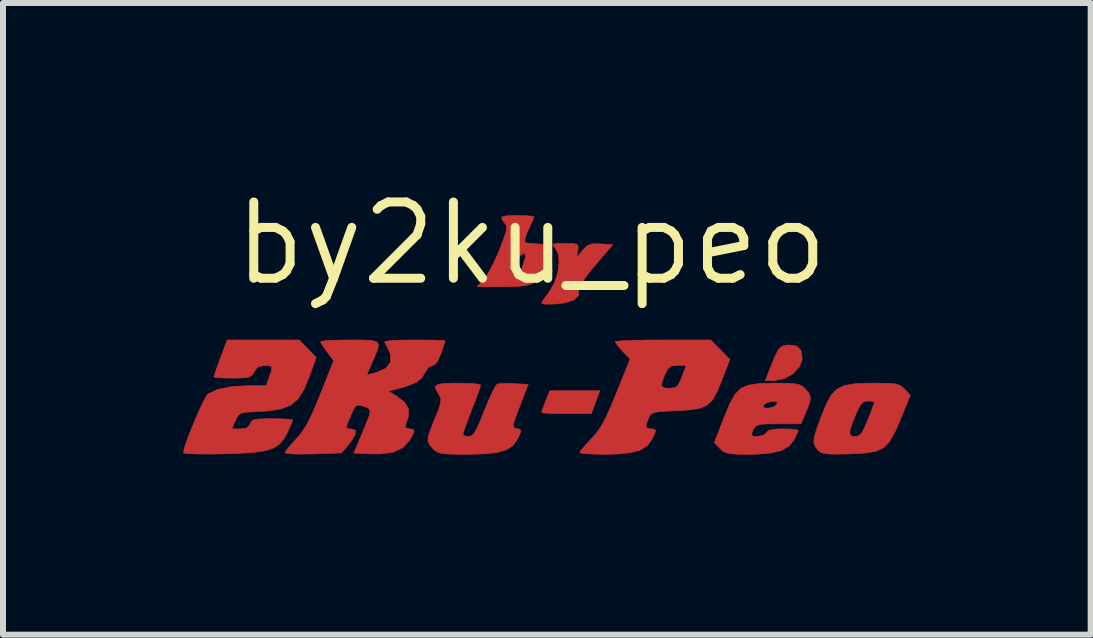
<source format=kicad_pcb>
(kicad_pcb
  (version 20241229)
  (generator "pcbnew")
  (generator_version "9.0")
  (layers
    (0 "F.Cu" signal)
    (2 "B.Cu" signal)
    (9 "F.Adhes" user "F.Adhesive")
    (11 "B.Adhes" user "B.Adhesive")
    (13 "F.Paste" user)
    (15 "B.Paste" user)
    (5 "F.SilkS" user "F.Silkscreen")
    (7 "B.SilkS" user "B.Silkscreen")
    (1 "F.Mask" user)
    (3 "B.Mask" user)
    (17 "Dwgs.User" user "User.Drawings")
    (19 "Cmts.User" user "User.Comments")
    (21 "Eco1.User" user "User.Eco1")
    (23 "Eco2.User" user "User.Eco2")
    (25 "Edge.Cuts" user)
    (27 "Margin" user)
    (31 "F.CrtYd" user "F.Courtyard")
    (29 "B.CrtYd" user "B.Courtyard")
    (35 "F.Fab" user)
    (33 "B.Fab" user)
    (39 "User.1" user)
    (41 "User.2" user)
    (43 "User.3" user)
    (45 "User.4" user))
  (footprint "by2ku_peo"
    (layer "F.Cu")
    (at 5.805 1.006)
    (property "Reference" "by2ku_peo" (at 0 0 0) (layer "F.SilkS") (effects (font (size 1.27 1.27) (thickness 0.15))))
    (attr through_hole)
    (fp_poly (pts (xy 0.998 2.836) (xy 0.584 2.836) (xy 0.408 2.834) (xy 0.269 2.829) (xy 0.186 2.822) (xy 0.169 2.816) (xy 0.184 2.768) (xy 0.22 2.67) (xy 0.237 2.626) (xy 0.306 2.455) (xy 1.139 2.455) (xy 0.998 2.836)) (stroke (width 0.01) (type solid)) (fill yes) (layer "F.Cu"))
    (fp_poly (pts (xy 4.412 1.708) (xy 4.477 1.766) (xy 4.495 1.799) (xy 4.513 1.929) (xy 4.462 2.058) (xy 4.357 2.171) (xy 4.214 2.252) (xy 4.046 2.286) (xy 4.033 2.286) (xy 3.896 2.286) (xy 3.982 2.068) (xy 4.053 1.894) (xy 4.107 1.784) (xy 4.156 1.724) (xy 4.215 1.699) (xy 4.294 1.693) (xy 4.299 1.693) (xy 4.412 1.708)) (stroke (width 0.01) (type solid)) (fill yes) (layer "F.Cu"))
    (fp_poly (pts (xy 0.692 0.002) (xy 0.759 0.015) (xy 0.78 0.049) (xy 0.774 0.114) (xy 0.773 0.116) (xy 0.754 0.233) (xy 0.854 0.114) (xy 0.927 0.04) (xy 1.006 0.008) (xy 1.126 0.006) (xy 1.154 0.008) (xy 1.354 0.021) (xy 1.058 0.367) (xy 0.936 0.517) (xy 0.844 0.644) (xy 0.791 0.735) (xy 0.784 0.77) (xy 0.784 0.866) (xy 0.707 0.941) (xy 0.559 0.99) (xy 0.429 1.007) (xy 0.294 1.013) (xy 0.2 1.009) (xy 0.169 0.997) (xy 0.193 0.95) (xy 0.255 0.862) (xy 0.293 0.812) (xy 0.382 0.661) (xy 0.439 0.486) (xy 0.46 0.311) (xy 0.443 0.163) (xy 0.401 0.083) (xy 0.362 0.036) (xy 0.366 0.011) (xy 0.427 0.002) (xy 0.558 0) (xy 0.559 0) (xy 0.692 0.002)) (stroke (width 0.01) (type solid)) (fill yes) (layer "F.Cu"))
    (fp_poly (pts (xy -0.093 -0.462) (xy 0.006 -0.454) (xy 0.042 -0.442) (xy 0.025 -0.392) (xy -0.016 -0.305) (xy -0.07 -0.186) (xy -0.103 -0.095) (xy -0.114 -0.034) (xy -0.083 -0.007) (xy 0.009 -0.000088) (xy 0.034 0) (xy 0.182 0.016) (xy 0.259 0.072) (xy 0.271 0.174) (xy 0.23 0.319) (xy 0.162 0.486) (xy 0.097 0.598) (xy 0.017 0.667) (xy -0.097 0.704) (xy -0.262 0.718) (xy -0.455 0.72) (xy -0.905 0.72) (xy -0.795 0.603) (xy -0.73 0.512) (xy -0.72 0.493) (xy -0.309 0.493) (xy -0.278 0.507) (xy -0.255 0.508) (xy -0.184 0.47) (xy -0.153 0.406) (xy -0.122 0.297) (xy -0.101 0.237) (xy -0.105 0.179) (xy -0.137 0.169) (xy -0.189 0.205) (xy -0.246 0.296) (xy -0.265 0.339) (xy -0.304 0.444) (xy -0.309 0.493) (xy -0.72 0.493) (xy -0.65 0.366) (xy -0.568 0.191) (xy -0.533 0.109) (xy -0.464 -0.069) (xy -0.424 -0.187) (xy -0.412 -0.261) (xy -0.423 -0.31) (xy -0.445 -0.339) (xy -0.493 -0.402) (xy -0.492 -0.44) (xy -0.43 -0.459) (xy -0.298 -0.465) (xy -0.233 -0.466) (xy -0.093 -0.462)) (stroke (width 0.01) (type solid)) (fill yes) (layer "F.Cu"))
    (fp_poly (pts (xy 5.937 2.331) (xy 6.056 2.34) (xy 6.133 2.362) (xy 6.189 2.4) (xy 6.219 2.429) (xy 6.313 2.53) (xy 6.152 2.923) (xy 6.056 3.145) (xy 5.968 3.3) (xy 5.871 3.401) (xy 5.746 3.461) (xy 5.576 3.491) (xy 5.342 3.505) (xy 5.298 3.507) (xy 5.093 3.511) (xy 4.956 3.509) (xy 4.867 3.497) (xy 4.811 3.474) (xy 4.772 3.44) (xy 4.727 3.38) (xy 4.706 3.315) (xy 4.713 3.228) (xy 4.726 3.183) (xy 5.306 3.183) (xy 5.341 3.212) (xy 5.388 3.217) (xy 5.449 3.207) (xy 5.499 3.163) (xy 5.551 3.07) (xy 5.605 2.942) (xy 5.659 2.802) (xy 5.699 2.697) (xy 5.715 2.646) (xy 5.715 2.645) (xy 5.679 2.63) (xy 5.608 2.625) (xy 5.534 2.64) (xy 5.477 2.699) (xy 5.417 2.819) (xy 5.343 2.999) (xy 5.307 3.116) (xy 5.306 3.183) (xy 4.726 3.183) (xy 4.749 3.102) (xy 4.816 2.918) (xy 4.831 2.879) (xy 4.914 2.676) (xy 4.994 2.53) (xy 5.086 2.431) (xy 5.207 2.371) (xy 5.372 2.34) (xy 5.596 2.329) (xy 5.755 2.328) (xy 5.937 2.331)) (stroke (width 0.01) (type solid)) (fill yes) (layer "F.Cu"))
    (fp_poly (pts (xy 4.259 2.33) (xy 4.386 2.338) (xy 4.468 2.356) (xy 4.524 2.388) (xy 4.565 2.426) (xy 4.626 2.5) (xy 4.65 2.567) (xy 4.636 2.653) (xy 4.585 2.784) (xy 4.574 2.812) (xy 4.49 3.006) (xy 4.115 3.006) (xy 3.935 3.007) (xy 3.821 3.014) (xy 3.754 3.032) (xy 3.716 3.064) (xy 3.691 3.111) (xy 3.664 3.187) (xy 3.692 3.214) (xy 3.764 3.217) (xy 3.863 3.197) (xy 3.91 3.154) (xy 3.952 3.115) (xy 4.05 3.095) (xy 4.19 3.09) (xy 4.324 3.094) (xy 4.417 3.103) (xy 4.445 3.114) (xy 4.427 3.163) (xy 4.384 3.254) (xy 4.379 3.265) (xy 4.298 3.372) (xy 4.176 3.446) (xy 4 3.491) (xy 3.76 3.512) (xy 3.628 3.514) (xy 3.439 3.512) (xy 3.314 3.503) (xy 3.233 3.484) (xy 3.177 3.451) (xy 3.14 3.416) (xy 3.048 3.318) (xy 3.211 2.897) (xy 3.291 2.702) (xy 3.862 2.702) (xy 3.875 2.741) (xy 3.957 2.745) (xy 3.961 2.744) (xy 4.053 2.716) (xy 4.097 2.674) (xy 4.084 2.635) (xy 4.001 2.632) (xy 3.998 2.632) (xy 3.906 2.66) (xy 3.862 2.702) (xy 3.291 2.702) (xy 3.302 2.676) (xy 3.387 2.521) (xy 3.483 2.42) (xy 3.609 2.363) (xy 3.782 2.336) (xy 4.019 2.329) (xy 4.067 2.328) (xy 4.259 2.33)) (stroke (width 0.01) (type solid)) (fill yes) (layer "F.Cu"))
    (fp_poly (pts (xy -1.06 2.332) (xy -0.93 2.34) (xy -0.856 2.353) (xy -0.847 2.36) (xy -0.861 2.411) (xy -0.9 2.522) (xy -0.957 2.673) (xy -0.995 2.77) (xy -1.059 2.936) (xy -1.109 3.073) (xy -1.138 3.161) (xy -1.143 3.182) (xy -1.107 3.21) (xy -1.048 3.217) (xy -1.001 3.207) (xy -0.957 3.167) (xy -0.909 3.084) (xy -0.848 2.945) (xy -0.786 2.79) (xy -0.713 2.614) (xy -0.647 2.469) (xy -0.595 2.373) (xy -0.569 2.343) (xy -0.502 2.334) (xy -0.381 2.333) (xy -0.287 2.337) (xy -0.054 2.349) (xy -0.193 2.709) (xy -0.258 2.879) (xy -0.293 2.986) (xy -0.302 3.045) (xy -0.286 3.072) (xy -0.251 3.083) (xy -0.191 3.097) (xy -0.175 3.129) (xy -0.203 3.2) (xy -0.236 3.265) (xy -0.305 3.363) (xy -0.406 3.433) (xy -0.551 3.479) (xy -0.752 3.505) (xy -1.022 3.514) (xy -1.071 3.514) (xy -1.281 3.512) (xy -1.424 3.507) (xy -1.518 3.494) (xy -1.579 3.471) (xy -1.626 3.434) (xy -1.644 3.416) (xy -1.697 3.355) (xy -1.724 3.301) (xy -1.723 3.233) (xy -1.693 3.133) (xy -1.633 2.979) (xy -1.608 2.92) (xy -1.545 2.762) (xy -1.514 2.66) (xy -1.509 2.593) (xy -1.53 2.538) (xy -1.545 2.514) (xy -1.592 2.431) (xy -1.598 2.378) (xy -1.551 2.347) (xy -1.442 2.332) (xy -1.261 2.328) (xy -1.228 2.328) (xy -1.06 2.332)) (stroke (width 0.01) (type solid)) (fill yes) (layer "F.Cu"))
    (fp_poly (pts (xy 3.147 1.771) (xy 3.305 1.933) (xy 3.172 2.281) (xy 3.091 2.477) (xy 3.013 2.612) (xy 2.92 2.699) (xy 2.793 2.75) (xy 2.615 2.775) (xy 2.411 2.787) (xy 2.22 2.796) (xy 2.097 2.807) (xy 2.023 2.826) (xy 1.981 2.857) (xy 1.954 2.903) (xy 1.952 2.907) (xy 1.911 3.018) (xy 1.921 3.074) (xy 1.985 3.09) (xy 1.99 3.09) (xy 2.052 3.096) (xy 2.069 3.127) (xy 2.04 3.202) (xy 2.008 3.265) (xy 1.931 3.369) (xy 1.818 3.441) (xy 1.654 3.487) (xy 1.429 3.509) (xy 1.229 3.514) (xy 1.051 3.511) (xy 0.91 3.503) (xy 0.823 3.492) (xy 0.804 3.483) (xy 0.832 3.44) (xy 0.904 3.356) (xy 0.995 3.26) (xy 1.082 3.162) (xy 1.159 3.051) (xy 1.236 2.91) (xy 1.322 2.721) (xy 1.415 2.496) (xy 1.462 2.38) (xy 2.169 2.38) (xy 2.211 2.408) (xy 2.298 2.413) (xy 2.386 2.405) (xy 2.441 2.366) (xy 2.487 2.275) (xy 2.508 2.223) (xy 2.578 2.032) (xy 2.433 2.032) (xy 2.332 2.043) (xy 2.271 2.091) (xy 2.223 2.185) (xy 2.175 2.312) (xy 2.169 2.38) (xy 1.462 2.38) (xy 1.644 1.926) (xy 1.521 1.797) (xy 1.444 1.711) (xy 1.401 1.649) (xy 1.397 1.638) (xy 1.437 1.629) (xy 1.549 1.621) (xy 1.719 1.615) (xy 1.935 1.61) (xy 2.183 1.609) (xy 2.193 1.609) (xy 2.988 1.609) (xy 3.147 1.771)) (stroke (width 0.01) (type solid)) (fill yes) (layer "F.Cu"))
    (fp_poly (pts (xy -3.586 1.901) (xy -3.702 2.22) (xy -3.79 2.433) (xy -3.885 2.586) (xy -4.003 2.69) (xy -4.16 2.754) (xy -4.372 2.79) (xy -4.608 2.805) (xy -4.755 2.813) (xy -4.841 2.83) (xy -4.89 2.868) (xy -4.926 2.936) (xy -4.934 2.953) (xy -4.991 3.09) (xy -4.85 3.09) (xy -4.742 3.075) (xy -4.692 3.021) (xy -4.687 3.006) (xy -4.667 2.963) (xy -4.624 2.938) (xy -4.539 2.925) (xy -4.394 2.921) (xy -4.322 2.921) (xy -4.164 2.923) (xy -4.044 2.93) (xy -3.983 2.939) (xy -3.979 2.943) (xy -3.996 2.99) (xy -4.038 3.088) (xy -4.067 3.151) (xy -4.129 3.263) (xy -4.202 3.348) (xy -4.299 3.41) (xy -4.432 3.453) (xy -4.615 3.48) (xy -4.859 3.497) (xy -5.133 3.506) (xy -5.366 3.51) (xy -5.562 3.508) (xy -5.707 3.502) (xy -5.787 3.492) (xy -5.8 3.485) (xy -5.783 3.41) (xy -5.74 3.282) (xy -5.678 3.12) (xy -5.606 2.944) (xy -5.532 2.775) (xy -5.465 2.633) (xy -5.413 2.537) (xy -5.391 2.508) (xy -5.227 2.432) (xy -4.991 2.385) (xy -4.718 2.371) (xy -4.42 2.371) (xy -4.369 2.23) (xy -4.33 2.113) (xy -4.329 2.054) (xy -4.374 2.034) (xy -4.446 2.032) (xy -4.556 2.055) (xy -4.621 2.136) (xy -4.622 2.138) (xy -4.653 2.193) (xy -4.699 2.224) (xy -4.779 2.239) (xy -4.916 2.243) (xy -4.981 2.244) (xy -5.131 2.241) (xy -5.241 2.235) (xy -5.291 2.226) (xy -5.292 2.225) (xy -5.278 2.179) (xy -5.242 2.075) (xy -5.191 1.933) (xy -5.181 1.907) (xy -5.07 1.609) (xy -3.869 1.609) (xy -3.586 1.901)) (stroke (width 0.01) (type solid)) (fill yes) (layer "F.Cu"))
    (fp_poly (pts (xy -1.754 1.61) (xy -1.592 1.613) (xy -1.482 1.617) (xy -1.439 1.622) (xy -1.439 1.622) (xy -1.452 1.667) (xy -1.484 1.765) (xy -1.507 1.834) (xy -1.567 1.97) (xy -1.629 2.029) (xy -1.65 2.032) (xy -1.72 2.069) (xy -1.776 2.154) (xy -1.829 2.243) (xy -1.915 2.311) (xy -2.053 2.369) (xy -2.203 2.414) (xy -2.382 2.462) (xy -2.26 2.536) (xy -2.117 2.643) (xy -2.049 2.752) (xy -2.05 2.883) (xy -2.095 3.016) (xy -2.101 3.074) (xy -2.039 3.09) (xy -2.037 3.09) (xy -1.971 3.097) (xy -1.954 3.129) (xy -1.985 3.202) (xy -2.035 3.286) (xy -2.145 3.405) (xy -2.303 3.478) (xy -2.521 3.508) (xy -2.696 3.506) (xy -2.959 3.493) (xy -2.834 3.196) (xy -2.755 3.008) (xy -2.707 2.883) (xy -2.689 2.806) (xy -2.699 2.763) (xy -2.737 2.736) (xy -2.795 2.715) (xy -2.874 2.692) (xy -2.924 2.705) (xy -2.966 2.768) (xy -3.008 2.862) (xy -3.062 2.99) (xy -3.083 3.058) (xy -3.072 3.085) (xy -3.027 3.09) (xy -3.006 3.09) (xy -2.935 3.113) (xy -2.934 3.182) (xy -3.004 3.296) (xy -3.043 3.345) (xy -3.164 3.491) (xy -3.635 3.507) (xy -3.823 3.51) (xy -3.976 3.508) (xy -4.076 3.499) (xy -4.106 3.488) (xy -4.079 3.441) (xy -4.008 3.355) (xy -3.922 3.261) (xy -3.834 3.159) (xy -3.755 3.04) (xy -3.675 2.885) (xy -3.584 2.678) (xy -3.516 2.51) (xy -3.295 1.952) (xy -3.404 1.808) (xy -3.472 1.713) (xy -3.51 1.648) (xy -3.514 1.636) (xy -3.474 1.625) (xy -3.367 1.617) (xy -3.208 1.611) (xy -3.027 1.609) (xy -2.805 1.609) (xy -2.658 1.617) (xy -2.575 1.642) (xy -2.548 1.692) (xy -2.566 1.776) (xy -2.619 1.903) (xy -2.643 1.958) (xy -2.746 2.191) (xy -2.576 2.148) (xy -2.425 2.081) (xy -2.348 1.98) (xy -2.348 1.851) (xy -2.373 1.789) (xy -2.419 1.696) (xy -2.447 1.64) (xy -2.413 1.628) (xy -2.311 1.618) (xy -2.155 1.611) (xy -1.962 1.609) (xy -1.951 1.609) (xy -1.754 1.61)) (stroke (width 0.01) (type solid)) (fill yes) (layer "F.Cu"))
    (fp_poly (pts (xy 0.998 2.836) (xy 0.584 2.836) (xy 0.408 2.834) (xy 0.269 2.829) (xy 0.186 2.822) (xy 0.169 2.816) (xy 0.184 2.768) (xy 0.22 2.67) (xy 0.237 2.626) (xy 0.306 2.455) (xy 1.139 2.455) (xy 0.998 2.836)) (stroke (width 0.01) (type solid)) (fill yes) (layer "F.Mask"))
    (fp_poly (pts (xy 4.412 1.708) (xy 4.477 1.766) (xy 4.495 1.799) (xy 4.513 1.929) (xy 4.462 2.058) (xy 4.357 2.171) (xy 4.214 2.252) (xy 4.046 2.286) (xy 4.033 2.286) (xy 3.896 2.286) (xy 3.982 2.068) (xy 4.053 1.894) (xy 4.107 1.784) (xy 4.156 1.724) (xy 4.215 1.699) (xy 4.294 1.693) (xy 4.299 1.693) (xy 4.412 1.708)) (stroke (width 0.01) (type solid)) (fill yes) (layer "F.Mask"))
    (fp_poly (pts (xy 0.692 0.002) (xy 0.759 0.015) (xy 0.78 0.049) (xy 0.774 0.114) (xy 0.773 0.116) (xy 0.754 0.233) (xy 0.854 0.114) (xy 0.927 0.04) (xy 1.006 0.008) (xy 1.126 0.006) (xy 1.154 0.008) (xy 1.354 0.021) (xy 1.058 0.367) (xy 0.936 0.517) (xy 0.844 0.644) (xy 0.791 0.735) (xy 0.784 0.77) (xy 0.784 0.866) (xy 0.707 0.941) (xy 0.559 0.99) (xy 0.429 1.007) (xy 0.294 1.013) (xy 0.2 1.009) (xy 0.169 0.997) (xy 0.193 0.95) (xy 0.255 0.862) (xy 0.293 0.812) (xy 0.382 0.661) (xy 0.439 0.486) (xy 0.46 0.311) (xy 0.443 0.163) (xy 0.401 0.083) (xy 0.362 0.036) (xy 0.366 0.011) (xy 0.427 0.002) (xy 0.558 0) (xy 0.559 0) (xy 0.692 0.002)) (stroke (width 0.01) (type solid)) (fill yes) (layer "F.Mask"))
    (fp_poly (pts (xy -0.093 -0.462) (xy 0.006 -0.454) (xy 0.042 -0.442) (xy 0.025 -0.392) (xy -0.016 -0.305) (xy -0.07 -0.186) (xy -0.103 -0.095) (xy -0.114 -0.034) (xy -0.083 -0.007) (xy 0.009 -0.000088) (xy 0.034 0) (xy 0.182 0.016) (xy 0.259 0.072) (xy 0.271 0.174) (xy 0.23 0.319) (xy 0.162 0.486) (xy 0.097 0.598) (xy 0.017 0.667) (xy -0.097 0.704) (xy -0.262 0.718) (xy -0.455 0.72) (xy -0.905 0.72) (xy -0.795 0.603) (xy -0.73 0.512) (xy -0.72 0.493) (xy -0.309 0.493) (xy -0.278 0.507) (xy -0.255 0.508) (xy -0.184 0.47) (xy -0.153 0.406) (xy -0.122 0.297) (xy -0.101 0.237) (xy -0.105 0.179) (xy -0.137 0.169) (xy -0.189 0.205) (xy -0.246 0.296) (xy -0.265 0.339) (xy -0.304 0.444) (xy -0.309 0.493) (xy -0.72 0.493) (xy -0.65 0.366) (xy -0.568 0.191) (xy -0.533 0.109) (xy -0.464 -0.069) (xy -0.424 -0.187) (xy -0.412 -0.261) (xy -0.423 -0.31) (xy -0.445 -0.339) (xy -0.493 -0.402) (xy -0.492 -0.44) (xy -0.43 -0.459) (xy -0.298 -0.465) (xy -0.233 -0.466) (xy -0.093 -0.462)) (stroke (width 0.01) (type solid)) (fill yes) (layer "F.Mask"))
    (fp_poly (pts (xy 5.937 2.331) (xy 6.056 2.34) (xy 6.133 2.362) (xy 6.189 2.4) (xy 6.219 2.429) (xy 6.313 2.53) (xy 6.152 2.923) (xy 6.056 3.145) (xy 5.968 3.3) (xy 5.871 3.401) (xy 5.746 3.461) (xy 5.576 3.491) (xy 5.342 3.505) (xy 5.298 3.507) (xy 5.093 3.511) (xy 4.956 3.509) (xy 4.867 3.497) (xy 4.811 3.474) (xy 4.772 3.44) (xy 4.727 3.38) (xy 4.706 3.315) (xy 4.713 3.228) (xy 4.726 3.183) (xy 5.306 3.183) (xy 5.341 3.212) (xy 5.388 3.217) (xy 5.449 3.207) (xy 5.499 3.163) (xy 5.551 3.07) (xy 5.605 2.942) (xy 5.659 2.802) (xy 5.699 2.697) (xy 5.715 2.646) (xy 5.715 2.645) (xy 5.679 2.63) (xy 5.608 2.625) (xy 5.534 2.64) (xy 5.477 2.699) (xy 5.417 2.819) (xy 5.343 2.999) (xy 5.307 3.116) (xy 5.306 3.183) (xy 4.726 3.183) (xy 4.749 3.102) (xy 4.816 2.918) (xy 4.831 2.879) (xy 4.914 2.676) (xy 4.994 2.53) (xy 5.086 2.431) (xy 5.207 2.371) (xy 5.372 2.34) (xy 5.596 2.329) (xy 5.755 2.328) (xy 5.937 2.331)) (stroke (width 0.01) (type solid)) (fill yes) (layer "F.Mask"))
    (fp_poly (pts (xy 4.259 2.33) (xy 4.386 2.338) (xy 4.468 2.356) (xy 4.524 2.388) (xy 4.565 2.426) (xy 4.626 2.5) (xy 4.65 2.567) (xy 4.636 2.653) (xy 4.585 2.784) (xy 4.574 2.812) (xy 4.49 3.006) (xy 4.115 3.006) (xy 3.935 3.007) (xy 3.821 3.014) (xy 3.754 3.032) (xy 3.716 3.064) (xy 3.691 3.111) (xy 3.664 3.187) (xy 3.692 3.214) (xy 3.764 3.217) (xy 3.863 3.197) (xy 3.91 3.154) (xy 3.952 3.115) (xy 4.05 3.095) (xy 4.19 3.09) (xy 4.324 3.094) (xy 4.417 3.103) (xy 4.445 3.114) (xy 4.427 3.163) (xy 4.384 3.254) (xy 4.379 3.265) (xy 4.298 3.372) (xy 4.176 3.446) (xy 4 3.491) (xy 3.76 3.512) (xy 3.628 3.514) (xy 3.439 3.512) (xy 3.314 3.503) (xy 3.233 3.484) (xy 3.177 3.451) (xy 3.14 3.416) (xy 3.048 3.318) (xy 3.211 2.897) (xy 3.291 2.702) (xy 3.862 2.702) (xy 3.875 2.741) (xy 3.957 2.745) (xy 3.961 2.744) (xy 4.053 2.716) (xy 4.097 2.674) (xy 4.084 2.635) (xy 4.001 2.632) (xy 3.998 2.632) (xy 3.906 2.66) (xy 3.862 2.702) (xy 3.291 2.702) (xy 3.302 2.676) (xy 3.387 2.521) (xy 3.483 2.42) (xy 3.609 2.363) (xy 3.782 2.336) (xy 4.019 2.329) (xy 4.067 2.328) (xy 4.259 2.33)) (stroke (width 0.01) (type solid)) (fill yes) (layer "F.Mask"))
    (fp_poly (pts (xy -1.06 2.332) (xy -0.93 2.34) (xy -0.856 2.353) (xy -0.847 2.36) (xy -0.861 2.411) (xy -0.9 2.522) (xy -0.957 2.673) (xy -0.995 2.77) (xy -1.059 2.936) (xy -1.109 3.073) (xy -1.138 3.161) (xy -1.143 3.182) (xy -1.107 3.21) (xy -1.048 3.217) (xy -1.001 3.207) (xy -0.957 3.167) (xy -0.909 3.084) (xy -0.848 2.945) (xy -0.786 2.79) (xy -0.713 2.614) (xy -0.647 2.469) (xy -0.595 2.373) (xy -0.569 2.343) (xy -0.502 2.334) (xy -0.381 2.333) (xy -0.287 2.337) (xy -0.054 2.349) (xy -0.193 2.709) (xy -0.258 2.879) (xy -0.293 2.986) (xy -0.302 3.045) (xy -0.286 3.072) (xy -0.251 3.083) (xy -0.191 3.097) (xy -0.175 3.129) (xy -0.203 3.2) (xy -0.236 3.265) (xy -0.305 3.363) (xy -0.406 3.433) (xy -0.551 3.479) (xy -0.752 3.505) (xy -1.022 3.514) (xy -1.071 3.514) (xy -1.281 3.512) (xy -1.424 3.507) (xy -1.518 3.494) (xy -1.579 3.471) (xy -1.626 3.434) (xy -1.644 3.416) (xy -1.697 3.355) (xy -1.724 3.301) (xy -1.723 3.233) (xy -1.693 3.133) (xy -1.633 2.979) (xy -1.608 2.92) (xy -1.545 2.762) (xy -1.514 2.66) (xy -1.509 2.593) (xy -1.53 2.538) (xy -1.545 2.514) (xy -1.592 2.431) (xy -1.598 2.378) (xy -1.551 2.347) (xy -1.442 2.332) (xy -1.261 2.328) (xy -1.228 2.328) (xy -1.06 2.332)) (stroke (width 0.01) (type solid)) (fill yes) (layer "F.Mask"))
    (fp_poly (pts (xy 3.147 1.771) (xy 3.305 1.933) (xy 3.172 2.281) (xy 3.091 2.477) (xy 3.013 2.612) (xy 2.92 2.699) (xy 2.793 2.75) (xy 2.615 2.775) (xy 2.411 2.787) (xy 2.22 2.796) (xy 2.097 2.807) (xy 2.023 2.826) (xy 1.981 2.857) (xy 1.954 2.903) (xy 1.952 2.907) (xy 1.911 3.018) (xy 1.921 3.074) (xy 1.985 3.09) (xy 1.99 3.09) (xy 2.052 3.096) (xy 2.069 3.127) (xy 2.04 3.202) (xy 2.008 3.265) (xy 1.931 3.369) (xy 1.818 3.441) (xy 1.654 3.487) (xy 1.429 3.509) (xy 1.229 3.514) (xy 1.051 3.511) (xy 0.91 3.503) (xy 0.823 3.492) (xy 0.804 3.483) (xy 0.832 3.44) (xy 0.904 3.356) (xy 0.995 3.26) (xy 1.082 3.162) (xy 1.159 3.051) (xy 1.236 2.91) (xy 1.322 2.721) (xy 1.415 2.496) (xy 1.462 2.38) (xy 2.169 2.38) (xy 2.211 2.408) (xy 2.298 2.413) (xy 2.386 2.405) (xy 2.441 2.366) (xy 2.487 2.275) (xy 2.508 2.223) (xy 2.578 2.032) (xy 2.433 2.032) (xy 2.332 2.043) (xy 2.271 2.091) (xy 2.223 2.185) (xy 2.175 2.312) (xy 2.169 2.38) (xy 1.462 2.38) (xy 1.644 1.926) (xy 1.521 1.797) (xy 1.444 1.711) (xy 1.401 1.649) (xy 1.397 1.638) (xy 1.437 1.629) (xy 1.549 1.621) (xy 1.719 1.615) (xy 1.935 1.61) (xy 2.183 1.609) (xy 2.193 1.609) (xy 2.988 1.609) (xy 3.147 1.771)) (stroke (width 0.01) (type solid)) (fill yes) (layer "F.Mask"))
    (fp_poly (pts (xy -3.586 1.901) (xy -3.702 2.22) (xy -3.79 2.433) (xy -3.885 2.586) (xy -4.003 2.69) (xy -4.16 2.754) (xy -4.372 2.79) (xy -4.608 2.805) (xy -4.755 2.813) (xy -4.841 2.83) (xy -4.89 2.868) (xy -4.926 2.936) (xy -4.934 2.953) (xy -4.991 3.09) (xy -4.85 3.09) (xy -4.742 3.075) (xy -4.692 3.021) (xy -4.687 3.006) (xy -4.667 2.963) (xy -4.624 2.938) (xy -4.539 2.925) (xy -4.394 2.921) (xy -4.322 2.921) (xy -4.164 2.923) (xy -4.044 2.93) (xy -3.983 2.939) (xy -3.979 2.943) (xy -3.996 2.99) (xy -4.038 3.088) (xy -4.067 3.151) (xy -4.129 3.263) (xy -4.202 3.348) (xy -4.299 3.41) (xy -4.432 3.453) (xy -4.615 3.48) (xy -4.859 3.497) (xy -5.133 3.506) (xy -5.366 3.51) (xy -5.562 3.508) (xy -5.707 3.502) (xy -5.787 3.492) (xy -5.8 3.485) (xy -5.783 3.41) (xy -5.74 3.282) (xy -5.678 3.12) (xy -5.606 2.944) (xy -5.532 2.775) (xy -5.465 2.633) (xy -5.413 2.537) (xy -5.391 2.508) (xy -5.227 2.432) (xy -4.991 2.385) (xy -4.718 2.371) (xy -4.42 2.371) (xy -4.369 2.23) (xy -4.33 2.113) (xy -4.329 2.054) (xy -4.374 2.034) (xy -4.446 2.032) (xy -4.556 2.055) (xy -4.621 2.136) (xy -4.622 2.138) (xy -4.653 2.193) (xy -4.699 2.224) (xy -4.779 2.239) (xy -4.916 2.243) (xy -4.981 2.244) (xy -5.131 2.241) (xy -5.241 2.235) (xy -5.291 2.226) (xy -5.292 2.225) (xy -5.278 2.179) (xy -5.242 2.075) (xy -5.191 1.933) (xy -5.181 1.907) (xy -5.07 1.609) (xy -3.869 1.609) (xy -3.586 1.901)) (stroke (width 0.01) (type solid)) (fill yes) (layer "F.Mask"))
    (fp_poly (pts (xy -1.754 1.61) (xy -1.592 1.613) (xy -1.482 1.617) (xy -1.439 1.622) (xy -1.439 1.622) (xy -1.452 1.667) (xy -1.484 1.765) (xy -1.507 1.834) (xy -1.567 1.97) (xy -1.629 2.029) (xy -1.65 2.032) (xy -1.72 2.069) (xy -1.776 2.154) (xy -1.829 2.243) (xy -1.915 2.311) (xy -2.053 2.369) (xy -2.203 2.414) (xy -2.382 2.462) (xy -2.26 2.536) (xy -2.117 2.643) (xy -2.049 2.752) (xy -2.05 2.883) (xy -2.095 3.016) (xy -2.101 3.074) (xy -2.039 3.09) (xy -2.037 3.09) (xy -1.971 3.097) (xy -1.954 3.129) (xy -1.985 3.202) (xy -2.035 3.286) (xy -2.145 3.405) (xy -2.303 3.478) (xy -2.521 3.508) (xy -2.696 3.506) (xy -2.959 3.493) (xy -2.834 3.196) (xy -2.755 3.008) (xy -2.707 2.883) (xy -2.689 2.806) (xy -2.699 2.763) (xy -2.737 2.736) (xy -2.795 2.715) (xy -2.874 2.692) (xy -2.924 2.705) (xy -2.966 2.768) (xy -3.008 2.862) (xy -3.062 2.99) (xy -3.083 3.058) (xy -3.072 3.085) (xy -3.027 3.09) (xy -3.006 3.09) (xy -2.935 3.113) (xy -2.934 3.182) (xy -3.004 3.296) (xy -3.043 3.345) (xy -3.164 3.491) (xy -3.635 3.507) (xy -3.823 3.51) (xy -3.976 3.508) (xy -4.076 3.499) (xy -4.106 3.488) (xy -4.079 3.441) (xy -4.008 3.355) (xy -3.922 3.261) (xy -3.834 3.159) (xy -3.755 3.04) (xy -3.675 2.885) (xy -3.584 2.678) (xy -3.516 2.51) (xy -3.295 1.952) (xy -3.404 1.808) (xy -3.472 1.713) (xy -3.51 1.648) (xy -3.514 1.636) (xy -3.474 1.625) (xy -3.367 1.617) (xy -3.208 1.611) (xy -3.027 1.609) (xy -2.805 1.609) (xy -2.658 1.617) (xy -2.575 1.642) (xy -2.548 1.692) (xy -2.566 1.776) (xy -2.619 1.903) (xy -2.643 1.958) (xy -2.746 2.191) (xy -2.576 2.148) (xy -2.425 2.081) (xy -2.348 1.98) (xy -2.348 1.851) (xy -2.373 1.789) (xy -2.419 1.696) (xy -2.447 1.64) (xy -2.413 1.628) (xy -2.311 1.618) (xy -2.155 1.611) (xy -1.962 1.609) (xy -1.951 1.609) (xy -1.754 1.61)) (stroke (width 0.01) (type solid)) (fill yes) (layer "F.Mask")))
  (gr_rect
    (start -3 -3)
    (end 15.123 7.525)
    (stroke (width 0.1) (type default))
    (fill no)
    (layer "Edge.Cuts")))
</source>
